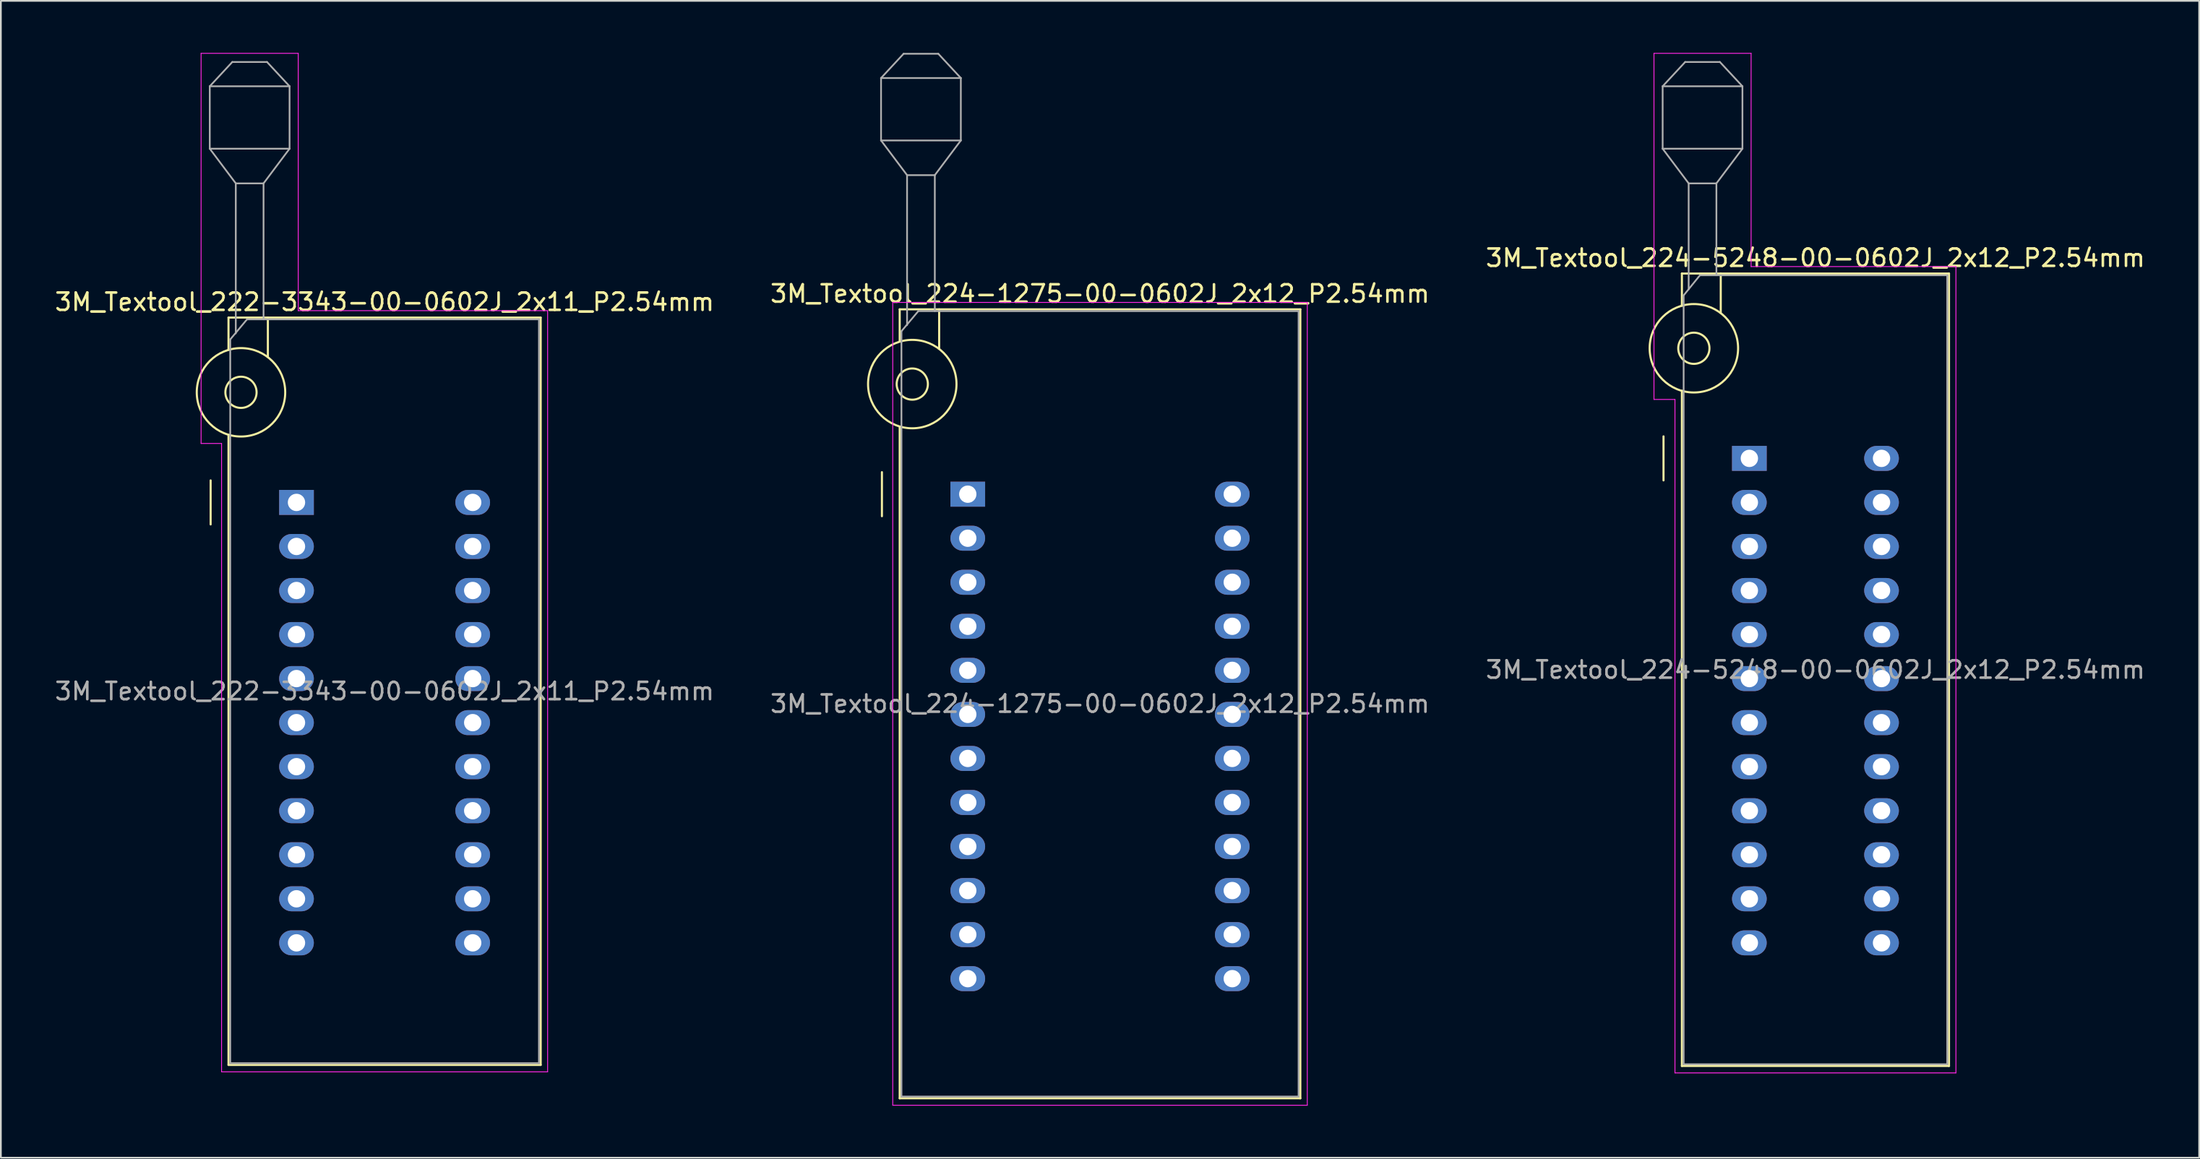
<source format=kicad_pcb>
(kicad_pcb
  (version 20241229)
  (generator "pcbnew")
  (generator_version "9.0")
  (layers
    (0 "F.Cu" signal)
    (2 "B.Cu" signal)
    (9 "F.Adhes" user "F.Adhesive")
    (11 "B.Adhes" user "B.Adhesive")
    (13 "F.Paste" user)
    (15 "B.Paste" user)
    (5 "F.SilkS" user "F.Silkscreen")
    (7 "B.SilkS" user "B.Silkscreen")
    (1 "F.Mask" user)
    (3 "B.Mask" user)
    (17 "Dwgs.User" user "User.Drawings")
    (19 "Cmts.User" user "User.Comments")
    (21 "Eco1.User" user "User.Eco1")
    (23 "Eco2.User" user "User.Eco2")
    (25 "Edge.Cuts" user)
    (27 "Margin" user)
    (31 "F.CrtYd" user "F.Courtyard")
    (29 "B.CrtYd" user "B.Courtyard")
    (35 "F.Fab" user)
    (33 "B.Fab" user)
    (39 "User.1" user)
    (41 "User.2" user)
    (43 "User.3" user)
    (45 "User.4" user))
  (footprint "3M_Textool_222-3343-00-0602J_2x11_P2.54mm"
    (layer "F.Cu")
    (at 14.045 25.925)
    (property "Reference" "3M_Textool_222-3343-00-0602J_2x11_P2.54mm" (at 5.08 -11.56 0) (layer "F.SilkS") (effects (font (size 1 1) (thickness 0.15))))
    (attr through_hole)
    (fp_line (start -4.95 1.27) (end -4.95 -1.27) (stroke (width 0.12) (type solid)) (layer "F.SilkS"))
    (fp_line (start -3.92 -10.66) (end -3.92 -8.8) (stroke (width 0.12) (type solid)) (layer "F.SilkS"))
    (fp_line (start -3.92 -3.9) (end -3.92 32.44) (stroke (width 0.12) (type solid)) (layer "F.SilkS"))
    (fp_line (start -3.92 32.44) (end 14.08 32.44) (stroke (width 0.12) (type solid)) (layer "F.SilkS"))
    (fp_line (start -1.65 -10.66) (end -1.65 -8.4) (stroke (width 0.12) (type solid)) (layer "F.SilkS"))
    (fp_line (start 14.08 -10.66) (end -3.92 -10.66) (stroke (width 0.12) (type solid)) (layer "F.SilkS"))
    (fp_line (start 14.08 32.44) (end 14.08 -10.66) (stroke (width 0.12) (type solid)) (layer "F.SilkS"))
    (fp_circle (center -3.2 -6.35) (end -2.3 -6.35) (stroke (width 0.12) (type solid)) (fill no) (layer "F.SilkS"))
    (fp_circle (center -3.2 -6.35) (end -0.65 -6.35) (stroke (width 0.12) (type solid)) (fill no) (layer "F.SilkS"))
    (fp_line (start -5.5 -25.9) (end 0.1 -25.9) (stroke (width 0.05) (type solid)) (layer "F.CrtYd"))
    (fp_line (start -5.5 -3.4) (end -5.5 -25.9) (stroke (width 0.05) (type solid)) (layer "F.CrtYd"))
    (fp_line (start -4.32 -3.4) (end -5.5 -3.4) (stroke (width 0.05) (type solid)) (layer "F.CrtYd"))
    (fp_line (start -4.32 32.84) (end -4.32 -3.4) (stroke (width 0.05) (type solid)) (layer "F.CrtYd"))
    (fp_line (start 0.1 -25.9) (end 0.1 -11.06) (stroke (width 0.05) (type solid)) (layer "F.CrtYd"))
    (fp_line (start 0.1 -11.06) (end 14.48 -11.06) (stroke (width 0.05) (type solid)) (layer "F.CrtYd"))
    (fp_line (start 14.48 -11.06) (end 14.48 32.84) (stroke (width 0.05) (type solid)) (layer "F.CrtYd"))
    (fp_line (start 14.48 32.84) (end -4.32 32.84) (stroke (width 0.05) (type solid)) (layer "F.CrtYd"))
    (fp_line (start -5 -24) (end -5 -20.4) (stroke (width 0.1) (type solid)) (layer "F.Fab"))
    (fp_line (start -5 -24) (end -3.7 -25.4) (stroke (width 0.1) (type solid)) (layer "F.Fab"))
    (fp_line (start -5 -20.4) (end -3.5 -18.4) (stroke (width 0.1) (type solid)) (layer "F.Fab"))
    (fp_line (start -5 -20.4) (end -0.4 -20.4) (stroke (width 0.1) (type solid)) (layer "F.Fab"))
    (fp_line (start -3.82 -9.4) (end -2.85 -10.56) (stroke (width 0.1) (type solid)) (layer "F.Fab"))
    (fp_line (start -3.82 32.34) (end -3.82 -9.4) (stroke (width 0.1) (type solid)) (layer "F.Fab"))
    (fp_line (start -3.7 -25.4) (end -1.7 -25.4) (stroke (width 0.1) (type solid)) (layer "F.Fab"))
    (fp_line (start -3.5 -18.4) (end -1.9 -18.4) (stroke (width 0.1) (type solid)) (layer "F.Fab"))
    (fp_line (start -3.5 -9.75) (end -3.5 -18.4) (stroke (width 0.1) (type solid)) (layer "F.Fab"))
    (fp_line (start -2.85 -10.56) (end 13.98 -10.56) (stroke (width 0.1) (type solid)) (layer "F.Fab"))
    (fp_line (start -1.9 -18.4) (end -1.9 -10.56) (stroke (width 0.1) (type solid)) (layer "F.Fab"))
    (fp_line (start -1.7 -25.4) (end -0.4 -24) (stroke (width 0.1) (type solid)) (layer "F.Fab"))
    (fp_line (start -0.4 -24) (end -5 -24) (stroke (width 0.1) (type solid)) (layer "F.Fab"))
    (fp_line (start -0.4 -20.4) (end -1.9 -18.4) (stroke (width 0.1) (type solid)) (layer "F.Fab"))
    (fp_line (start -0.4 -20.4) (end -0.4 -24) (stroke (width 0.1) (type solid)) (layer "F.Fab"))
    (fp_line (start 13.98 -10.56) (end 13.98 32.34) (stroke (width 0.1) (type solid)) (layer "F.Fab"))
    (fp_line (start 13.98 32.34) (end -3.82 32.34) (stroke (width 0.1) (type solid)) (layer "F.Fab"))
    (fp_text user "${REFERENCE}" (at 5.08 10.89 0) (layer "F.Fab") (effects (font (size 1 1) (thickness 0.15))))
    (pad "1" thru_hole rect (at 0 0) (size 2 1.44) (drill 1) (layers "*.Cu" "*.Mask"))
    (pad "2" thru_hole oval (at 0 2.54) (size 2 1.44) (drill 1) (layers "*.Cu" "*.Mask"))
    (pad "3" thru_hole oval (at 0 5.08) (size 2 1.44) (drill 1) (layers "*.Cu" "*.Mask"))
    (pad "4" thru_hole oval (at 0 7.62) (size 2 1.44) (drill 1) (layers "*.Cu" "*.Mask"))
    (pad "5" thru_hole oval (at 0 10.16) (size 2 1.44) (drill 1) (layers "*.Cu" "*.Mask"))
    (pad "6" thru_hole oval (at 0 12.7) (size 2 1.44) (drill 1) (layers "*.Cu" "*.Mask"))
    (pad "7" thru_hole oval (at 0 15.24) (size 2 1.44) (drill 1) (layers "*.Cu" "*.Mask"))
    (pad "8" thru_hole oval (at 0 17.78) (size 2 1.44) (drill 1) (layers "*.Cu" "*.Mask"))
    (pad "9" thru_hole oval (at 0 20.32) (size 2 1.44) (drill 1) (layers "*.Cu" "*.Mask"))
    (pad "10" thru_hole oval (at 0 22.86) (size 2 1.44) (drill 1) (layers "*.Cu" "*.Mask"))
    (pad "11" thru_hole oval (at 0 25.4) (size 2 1.44) (drill 1) (layers "*.Cu" "*.Mask"))
    (pad "12" thru_hole oval (at 10.16 25.4) (size 2 1.44) (drill 1) (layers "*.Cu" "*.Mask"))
    (pad "13" thru_hole oval (at 10.16 22.86) (size 2 1.44) (drill 1) (layers "*.Cu" "*.Mask"))
    (pad "14" thru_hole oval (at 10.16 20.32) (size 2 1.44) (drill 1) (layers "*.Cu" "*.Mask"))
    (pad "15" thru_hole oval (at 10.16 17.78) (size 2 1.44) (drill 1) (layers "*.Cu" "*.Mask"))
    (pad "16" thru_hole oval (at 10.16 15.24) (size 2 1.44) (drill 1) (layers "*.Cu" "*.Mask"))
    (pad "17" thru_hole oval (at 10.16 12.7) (size 2 1.44) (drill 1) (layers "*.Cu" "*.Mask"))
    (pad "18" thru_hole oval (at 10.16 10.16) (size 2 1.44) (drill 1) (layers "*.Cu" "*.Mask"))
    (pad "19" thru_hole oval (at 10.16 7.62) (size 2 1.44) (drill 1) (layers "*.Cu" "*.Mask"))
    (pad "20" thru_hole oval (at 10.16 5.08) (size 2 1.44) (drill 1) (layers "*.Cu" "*.Mask"))
    (pad "21" thru_hole oval (at 10.16 2.54) (size 2 1.44) (drill 1) (layers "*.Cu" "*.Mask"))
    (pad "22" thru_hole oval (at 10.16 0) (size 2 1.44) (drill 1) (layers "*.Cu" "*.Mask")))
  (footprint "3M_Textool_224-1275-00-0602J_2x12_P2.54mm"
    (layer "F.Cu")
    (at 52.75 25.45)
    (property "Reference" "3M_Textool_224-1275-00-0602J_2x12_P2.54mm" (at 7.625 -11.56 0) (layer "F.SilkS") (effects (font (size 1 1) (thickness 0.15))))
    (attr through_hole)
    (fp_line (start -4.95 1.27) (end -4.95 -1.27) (stroke (width 0.12) (type solid)) (layer "F.SilkS"))
    (fp_line (start -3.925 -10.66) (end -3.925 -8.8) (stroke (width 0.12) (type solid)) (layer "F.SilkS"))
    (fp_line (start -3.925 -3.9) (end -3.925 34.84) (stroke (width 0.12) (type solid)) (layer "F.SilkS"))
    (fp_line (start -3.925 34.84) (end 19.175 34.84) (stroke (width 0.12) (type solid)) (layer "F.SilkS"))
    (fp_line (start -1.65 -10.66) (end -1.65 -8.4) (stroke (width 0.12) (type solid)) (layer "F.SilkS"))
    (fp_line (start 19.175 -10.66) (end -3.925 -10.66) (stroke (width 0.12) (type solid)) (layer "F.SilkS"))
    (fp_line (start 19.175 34.84) (end 19.175 -10.66) (stroke (width 0.12) (type solid)) (layer "F.SilkS"))
    (fp_circle (center -3.2 -6.35) (end -2.3 -6.35) (stroke (width 0.12) (type solid)) (fill no) (layer "F.SilkS"))
    (fp_circle (center -3.2 -6.35) (end -0.65 -6.35) (stroke (width 0.12) (type solid)) (fill no) (layer "F.SilkS"))
    (fp_line (start -4.325 -11.06) (end -4.325 35.24) (stroke (width 0.05) (type solid)) (layer "F.CrtYd"))
    (fp_line (start -4.325 35.24) (end 19.575 35.24) (stroke (width 0.05) (type solid)) (layer "F.CrtYd"))
    (fp_line (start 19.575 -11.06) (end -4.325 -11.06) (stroke (width 0.05) (type solid)) (layer "F.CrtYd"))
    (fp_line (start 19.575 35.24) (end 19.575 -11.06) (stroke (width 0.05) (type solid)) (layer "F.CrtYd"))
    (fp_line (start -5 -24) (end -5 -20.4) (stroke (width 0.1) (type solid)) (layer "F.Fab"))
    (fp_line (start -5 -24) (end -3.7 -25.4) (stroke (width 0.1) (type solid)) (layer "F.Fab"))
    (fp_line (start -5 -20.4) (end -3.5 -18.4) (stroke (width 0.1) (type solid)) (layer "F.Fab"))
    (fp_line (start -5 -20.4) (end -0.4 -20.4) (stroke (width 0.1) (type solid)) (layer "F.Fab"))
    (fp_line (start -3.825 -9.4) (end -2.85 -10.56) (stroke (width 0.1) (type solid)) (layer "F.Fab"))
    (fp_line (start -3.825 34.74) (end -3.825 -9.4) (stroke (width 0.1) (type solid)) (layer "F.Fab"))
    (fp_line (start -3.7 -25.4) (end -1.7 -25.4) (stroke (width 0.1) (type solid)) (layer "F.Fab"))
    (fp_line (start -3.5 -18.4) (end -1.9 -18.4) (stroke (width 0.1) (type solid)) (layer "F.Fab"))
    (fp_line (start -3.5 -9.75) (end -3.5 -18.4) (stroke (width 0.1) (type solid)) (layer "F.Fab"))
    (fp_line (start -2.85 -10.56) (end 19.075 -10.56) (stroke (width 0.1) (type solid)) (layer "F.Fab"))
    (fp_line (start -1.9 -18.4) (end -1.9 -10.56) (stroke (width 0.1) (type solid)) (layer "F.Fab"))
    (fp_line (start -1.7 -25.4) (end -0.4 -24) (stroke (width 0.1) (type solid)) (layer "F.Fab"))
    (fp_line (start -0.4 -24) (end -5 -24) (stroke (width 0.1) (type solid)) (layer "F.Fab"))
    (fp_line (start -0.4 -20.4) (end -1.9 -18.4) (stroke (width 0.1) (type solid)) (layer "F.Fab"))
    (fp_line (start -0.4 -20.4) (end -0.4 -24) (stroke (width 0.1) (type solid)) (layer "F.Fab"))
    (fp_line (start 19.075 -10.56) (end 19.075 34.74) (stroke (width 0.1) (type solid)) (layer "F.Fab"))
    (fp_line (start 19.075 34.74) (end -3.825 34.74) (stroke (width 0.1) (type solid)) (layer "F.Fab"))
    (fp_text user "${REFERENCE}" (at 7.625 12.09 0) (layer "F.Fab") (effects (font (size 1 1) (thickness 0.15))))
    (pad "1" thru_hole rect (at 0 0) (size 2 1.44) (drill 1) (layers "*.Cu" "*.Mask"))
    (pad "2" thru_hole oval (at 0 2.54) (size 2 1.44) (drill 1) (layers "*.Cu" "*.Mask"))
    (pad "3" thru_hole oval (at 0 5.08) (size 2 1.44) (drill 1) (layers "*.Cu" "*.Mask"))
    (pad "4" thru_hole oval (at 0 7.62) (size 2 1.44) (drill 1) (layers "*.Cu" "*.Mask"))
    (pad "5" thru_hole oval (at 0 10.16) (size 2 1.44) (drill 1) (layers "*.Cu" "*.Mask"))
    (pad "6" thru_hole oval (at 0 12.7) (size 2 1.44) (drill 1) (layers "*.Cu" "*.Mask"))
    (pad "7" thru_hole oval (at 0 15.24) (size 2 1.44) (drill 1) (layers "*.Cu" "*.Mask"))
    (pad "8" thru_hole oval (at 0 17.78) (size 2 1.44) (drill 1) (layers "*.Cu" "*.Mask"))
    (pad "9" thru_hole oval (at 0 20.32) (size 2 1.44) (drill 1) (layers "*.Cu" "*.Mask"))
    (pad "10" thru_hole oval (at 0 22.86) (size 2 1.44) (drill 1) (layers "*.Cu" "*.Mask"))
    (pad "11" thru_hole oval (at 0 25.4) (size 2 1.44) (drill 1) (layers "*.Cu" "*.Mask"))
    (pad "12" thru_hole oval (at 0 27.94) (size 2 1.44) (drill 1) (layers "*.Cu" "*.Mask"))
    (pad "13" thru_hole oval (at 15.25 27.94) (size 2 1.44) (drill 1) (layers "*.Cu" "*.Mask"))
    (pad "14" thru_hole oval (at 15.25 25.4) (size 2 1.44) (drill 1) (layers "*.Cu" "*.Mask"))
    (pad "15" thru_hole oval (at 15.25 22.86) (size 2 1.44) (drill 1) (layers "*.Cu" "*.Mask"))
    (pad "16" thru_hole oval (at 15.25 20.32) (size 2 1.44) (drill 1) (layers "*.Cu" "*.Mask"))
    (pad "17" thru_hole oval (at 15.25 17.78) (size 2 1.44) (drill 1) (layers "*.Cu" "*.Mask"))
    (pad "18" thru_hole oval (at 15.25 15.24) (size 2 1.44) (drill 1) (layers "*.Cu" "*.Mask"))
    (pad "19" thru_hole oval (at 15.25 12.7) (size 2 1.44) (drill 1) (layers "*.Cu" "*.Mask"))
    (pad "20" thru_hole oval (at 15.25 10.16) (size 2 1.44) (drill 1) (layers "*.Cu" "*.Mask"))
    (pad "21" thru_hole oval (at 15.25 7.62) (size 2 1.44) (drill 1) (layers "*.Cu" "*.Mask"))
    (pad "22" thru_hole oval (at 15.25 5.08) (size 2 1.44) (drill 1) (layers "*.Cu" "*.Mask"))
    (pad "23" thru_hole oval (at 15.25 2.54) (size 2 1.44) (drill 1) (layers "*.Cu" "*.Mask"))
    (pad "24" thru_hole oval (at 15.25 0) (size 2 1.44) (drill 1) (layers "*.Cu" "*.Mask")))
  (footprint "3M_Textool_224-5248-00-0602J_2x12_P2.54mm"
    (layer "F.Cu")
    (at 97.815 23.385)
    (property "Reference" "3M_Textool_224-5248-00-0602J_2x12_P2.54mm" (at 3.81 -11.56 0) (layer "F.SilkS") (effects (font (size 1 1) (thickness 0.15))))
    (attr through_hole)
    (fp_line (start -4.95 1.27) (end -4.95 -1.27) (stroke (width 0.12) (type solid)) (layer "F.SilkS"))
    (fp_line (start -3.89 -10.66) (end -3.89 -8.8) (stroke (width 0.12) (type solid)) (layer "F.SilkS"))
    (fp_line (start -3.89 -3.9) (end -3.89 35.04) (stroke (width 0.12) (type solid)) (layer "F.SilkS"))
    (fp_line (start -3.89 35.04) (end 11.51 35.04) (stroke (width 0.12) (type solid)) (layer "F.SilkS"))
    (fp_line (start -1.65 -10.66) (end -1.65 -8.4) (stroke (width 0.12) (type solid)) (layer "F.SilkS"))
    (fp_line (start 11.51 -10.66) (end -3.89 -10.66) (stroke (width 0.12) (type solid)) (layer "F.SilkS"))
    (fp_line (start 11.51 35.04) (end 11.51 -10.66) (stroke (width 0.12) (type solid)) (layer "F.SilkS"))
    (fp_circle (center -3.2 -6.35) (end -2.3 -6.35) (stroke (width 0.12) (type solid)) (fill no) (layer "F.SilkS"))
    (fp_circle (center -3.2 -6.35) (end -0.65 -6.35) (stroke (width 0.12) (type solid)) (fill no) (layer "F.SilkS"))
    (fp_line (start -5.5 -23.36) (end 0.1 -23.36) (stroke (width 0.05) (type solid)) (layer "F.CrtYd"))
    (fp_line (start -5.5 -3.4) (end -5.5 -23.36) (stroke (width 0.05) (type solid)) (layer "F.CrtYd"))
    (fp_line (start -4.29 -3.4) (end -5.5 -3.4) (stroke (width 0.05) (type solid)) (layer "F.CrtYd"))
    (fp_line (start -4.29 35.44) (end -4.29 -3.4) (stroke (width 0.05) (type solid)) (layer "F.CrtYd"))
    (fp_line (start 0.1 -23.36) (end 0.1 -11.06) (stroke (width 0.05) (type solid)) (layer "F.CrtYd"))
    (fp_line (start 0.1 -11.06) (end 11.91 -11.06) (stroke (width 0.05) (type solid)) (layer "F.CrtYd"))
    (fp_line (start 11.91 -11.06) (end 11.91 35.44) (stroke (width 0.05) (type solid)) (layer "F.CrtYd"))
    (fp_line (start 11.91 35.44) (end -4.29 35.44) (stroke (width 0.05) (type solid)) (layer "F.CrtYd"))
    (fp_line (start -5 -21.46) (end -5 -17.86) (stroke (width 0.1) (type solid)) (layer "F.Fab"))
    (fp_line (start -5 -21.46) (end -3.7 -22.86) (stroke (width 0.1) (type solid)) (layer "F.Fab"))
    (fp_line (start -5 -17.86) (end -3.5 -15.86) (stroke (width 0.1) (type solid)) (layer "F.Fab"))
    (fp_line (start -5 -17.86) (end -0.4 -17.86) (stroke (width 0.1) (type solid)) (layer "F.Fab"))
    (fp_line (start -3.79 -9.4) (end -2.85 -10.56) (stroke (width 0.1) (type solid)) (layer "F.Fab"))
    (fp_line (start -3.79 34.94) (end -3.79 -9.4) (stroke (width 0.1) (type solid)) (layer "F.Fab"))
    (fp_line (start -3.7 -22.86) (end -1.7 -22.86) (stroke (width 0.1) (type solid)) (layer "F.Fab"))
    (fp_line (start -3.5 -15.86) (end -1.9 -15.86) (stroke (width 0.1) (type solid)) (layer "F.Fab"))
    (fp_line (start -3.5 -9.75) (end -3.5 -15.86) (stroke (width 0.1) (type solid)) (layer "F.Fab"))
    (fp_line (start -2.85 -10.56) (end 11.41 -10.56) (stroke (width 0.1) (type solid)) (layer "F.Fab"))
    (fp_line (start -1.9 -15.86) (end -1.9 -10.56) (stroke (width 0.1) (type solid)) (layer "F.Fab"))
    (fp_line (start -1.7 -22.86) (end -0.4 -21.46) (stroke (width 0.1) (type solid)) (layer "F.Fab"))
    (fp_line (start -0.4 -21.46) (end -5 -21.46) (stroke (width 0.1) (type solid)) (layer "F.Fab"))
    (fp_line (start -0.4 -17.86) (end -1.9 -15.86) (stroke (width 0.1) (type solid)) (layer "F.Fab"))
    (fp_line (start -0.4 -17.86) (end -0.4 -21.46) (stroke (width 0.1) (type solid)) (layer "F.Fab"))
    (fp_line (start 11.41 -10.56) (end 11.41 34.94) (stroke (width 0.1) (type solid)) (layer "F.Fab"))
    (fp_line (start 11.41 34.94) (end -3.79 34.94) (stroke (width 0.1) (type solid)) (layer "F.Fab"))
    (fp_text user "${REFERENCE}" (at 3.81 12.19 0) (layer "F.Fab") (effects (font (size 1 1) (thickness 0.15))))
    (pad "1" thru_hole rect (at 0 0) (size 2 1.44) (drill 1) (layers "*.Cu" "*.Mask"))
    (pad "2" thru_hole oval (at 0 2.54) (size 2 1.44) (drill 1) (layers "*.Cu" "*.Mask"))
    (pad "3" thru_hole oval (at 0 5.08) (size 2 1.44) (drill 1) (layers "*.Cu" "*.Mask"))
    (pad "4" thru_hole oval (at 0 7.62) (size 2 1.44) (drill 1) (layers "*.Cu" "*.Mask"))
    (pad "5" thru_hole oval (at 0 10.16) (size 2 1.44) (drill 1) (layers "*.Cu" "*.Mask"))
    (pad "6" thru_hole oval (at 0 12.7) (size 2 1.44) (drill 1) (layers "*.Cu" "*.Mask"))
    (pad "7" thru_hole oval (at 0 15.24) (size 2 1.44) (drill 1) (layers "*.Cu" "*.Mask"))
    (pad "8" thru_hole oval (at 0 17.78) (size 2 1.44) (drill 1) (layers "*.Cu" "*.Mask"))
    (pad "9" thru_hole oval (at 0 20.32) (size 2 1.44) (drill 1) (layers "*.Cu" "*.Mask"))
    (pad "10" thru_hole oval (at 0 22.86) (size 2 1.44) (drill 1) (layers "*.Cu" "*.Mask"))
    (pad "11" thru_hole oval (at 0 25.4) (size 2 1.44) (drill 1) (layers "*.Cu" "*.Mask"))
    (pad "12" thru_hole oval (at 0 27.94) (size 2 1.44) (drill 1) (layers "*.Cu" "*.Mask"))
    (pad "13" thru_hole oval (at 7.62 27.94) (size 2 1.44) (drill 1) (layers "*.Cu" "*.Mask"))
    (pad "14" thru_hole oval (at 7.62 25.4) (size 2 1.44) (drill 1) (layers "*.Cu" "*.Mask"))
    (pad "15" thru_hole oval (at 7.62 22.86) (size 2 1.44) (drill 1) (layers "*.Cu" "*.Mask"))
    (pad "16" thru_hole oval (at 7.62 20.32) (size 2 1.44) (drill 1) (layers "*.Cu" "*.Mask"))
    (pad "17" thru_hole oval (at 7.62 17.78) (size 2 1.44) (drill 1) (layers "*.Cu" "*.Mask"))
    (pad "18" thru_hole oval (at 7.62 15.24) (size 2 1.44) (drill 1) (layers "*.Cu" "*.Mask"))
    (pad "19" thru_hole oval (at 7.62 12.7) (size 2 1.44) (drill 1) (layers "*.Cu" "*.Mask"))
    (pad "20" thru_hole oval (at 7.62 10.16) (size 2 1.44) (drill 1) (layers "*.Cu" "*.Mask"))
    (pad "21" thru_hole oval (at 7.62 7.62) (size 2 1.44) (drill 1) (layers "*.Cu" "*.Mask"))
    (pad "22" thru_hole oval (at 7.62 5.08) (size 2 1.44) (drill 1) (layers "*.Cu" "*.Mask"))
    (pad "23" thru_hole oval (at 7.62 2.54) (size 2 1.44) (drill 1) (layers "*.Cu" "*.Mask"))
    (pad "24" thru_hole oval (at 7.62 0) (size 2 1.44) (drill 1) (layers "*.Cu" "*.Mask")))
  (gr_rect
    (start -3 -3)
    (end 123.75 63.715)
    (stroke (width 0.1) (type default))
    (fill no)
    (layer "Edge.Cuts")))
</source>
